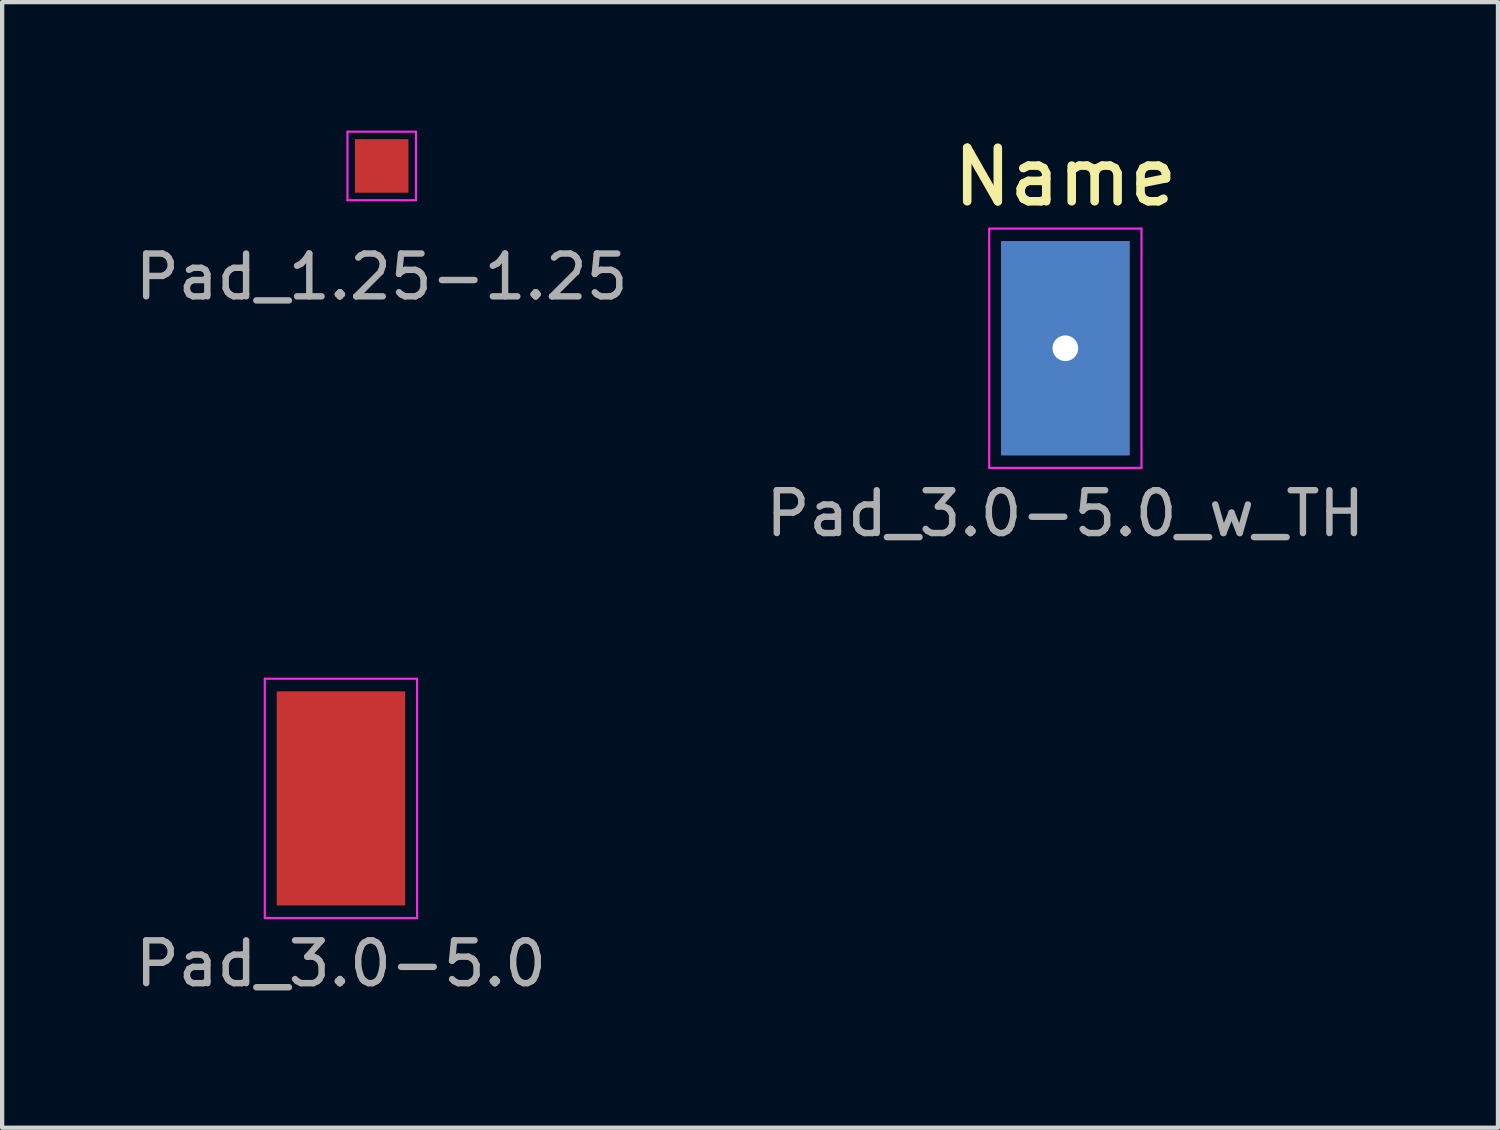
<source format=kicad_pcb>
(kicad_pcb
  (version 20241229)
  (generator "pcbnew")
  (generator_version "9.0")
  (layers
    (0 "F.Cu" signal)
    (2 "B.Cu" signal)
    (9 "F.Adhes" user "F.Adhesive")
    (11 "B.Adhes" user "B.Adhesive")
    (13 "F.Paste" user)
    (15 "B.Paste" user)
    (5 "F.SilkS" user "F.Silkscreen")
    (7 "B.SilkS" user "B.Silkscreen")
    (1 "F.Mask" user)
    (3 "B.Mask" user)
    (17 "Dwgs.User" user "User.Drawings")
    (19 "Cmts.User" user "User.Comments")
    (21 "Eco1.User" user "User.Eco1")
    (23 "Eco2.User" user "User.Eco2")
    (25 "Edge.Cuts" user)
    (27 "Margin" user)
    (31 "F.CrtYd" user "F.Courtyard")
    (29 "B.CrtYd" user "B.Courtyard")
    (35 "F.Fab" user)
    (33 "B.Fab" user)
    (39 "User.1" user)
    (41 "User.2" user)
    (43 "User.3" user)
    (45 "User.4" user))
  (footprint "Pad_1.25-1.25"
    (layer "F.Cu")
    (at 5.863 0.825)
    (property "Reference" "Pad_1.25-1.25" (at 0 3.175 180) (layer "F.Fab") (effects (font (size 1 1) (thickness 0.15)) (justify bottom)))
    (attr smd)
    (fp_line (start -0.8 -0.8) (end 0.8 -0.8) (stroke (width 0.05) (type solid)) (layer "F.CrtYd"))
    (fp_line (start -0.8 0.8) (end -0.8 -0.8) (stroke (width 0.05) (type solid)) (layer "F.CrtYd"))
    (fp_line (start 0.8 -0.8) (end 0.8 0.8) (stroke (width 0.05) (type solid)) (layer "F.CrtYd"))
    (fp_line (start 0.8 0.8) (end -0.8 0.8) (stroke (width 0.05) (type solid)) (layer "F.CrtYd"))
    (pad "1" smd rect (at 0 0) (size 1.25 1.25) (layers "F.Cu" "F.Mask" "F.Paste")))
  (footprint "Pad_3.0-5.0_w_TH"
    (layer "F.Cu")
    (at 21.827 5.082)
    (property "Reference" "Pad_3.0-5.0_w_TH" (at 0 4.445 180) (layer "F.Fab") (effects (font (size 1 1) (thickness 0.15)) (justify bottom)))
    (attr through_hole)
    (fp_line (start -1.778 -2.794) (end 1.778 -2.794) (stroke (width 0.05) (type solid)) (layer "F.CrtYd"))
    (fp_line (start -1.778 2.794) (end -1.778 -2.794) (stroke (width 0.05) (type solid)) (layer "F.CrtYd"))
    (fp_line (start 1.778 -2.794) (end 1.778 2.794) (stroke (width 0.05) (type solid)) (layer "F.CrtYd"))
    (fp_line (start 1.778 2.794) (end -1.778 2.794) (stroke (width 0.05) (type solid)) (layer "F.CrtYd"))
    (fp_text user "Name" (at 0 -4 0) (layer "F.SilkS") (effects (font (size 1.25 1.25) (thickness 0.2))))
    (pad "1" thru_hole rect (at 0 0) (size 3 5) (drill 0.6) (layers "*.Cu" "*.Mask")))
  (footprint "Pad_3.0-5.0"
    (layer "F.Cu")
    (at 4.911 15.593)
    (property "Reference" "Pad_3.0-5.0" (at 0 4.445 180) (layer "F.Fab") (effects (font (size 1 1) (thickness 0.15)) (justify bottom)))
    (attr smd)
    (fp_line (start -1.778 -2.794) (end 1.778 -2.794) (stroke (width 0.05) (type solid)) (layer "F.CrtYd"))
    (fp_line (start -1.778 2.794) (end -1.778 -2.794) (stroke (width 0.05) (type solid)) (layer "F.CrtYd"))
    (fp_line (start 1.778 -2.794) (end 1.778 2.794) (stroke (width 0.05) (type solid)) (layer "F.CrtYd"))
    (fp_line (start 1.778 2.794) (end -1.778 2.794) (stroke (width 0.05) (type solid)) (layer "F.CrtYd"))
    (pad "1" smd rect (at 0 0) (size 3 5) (layers "F.Cu" "F.Mask" "F.Paste")))
  (gr_rect
    (start -3 -3)
    (end 31.929 23.284)
    (stroke (width 0.1) (type default))
    (fill no)
    (layer "Edge.Cuts")))
</source>
